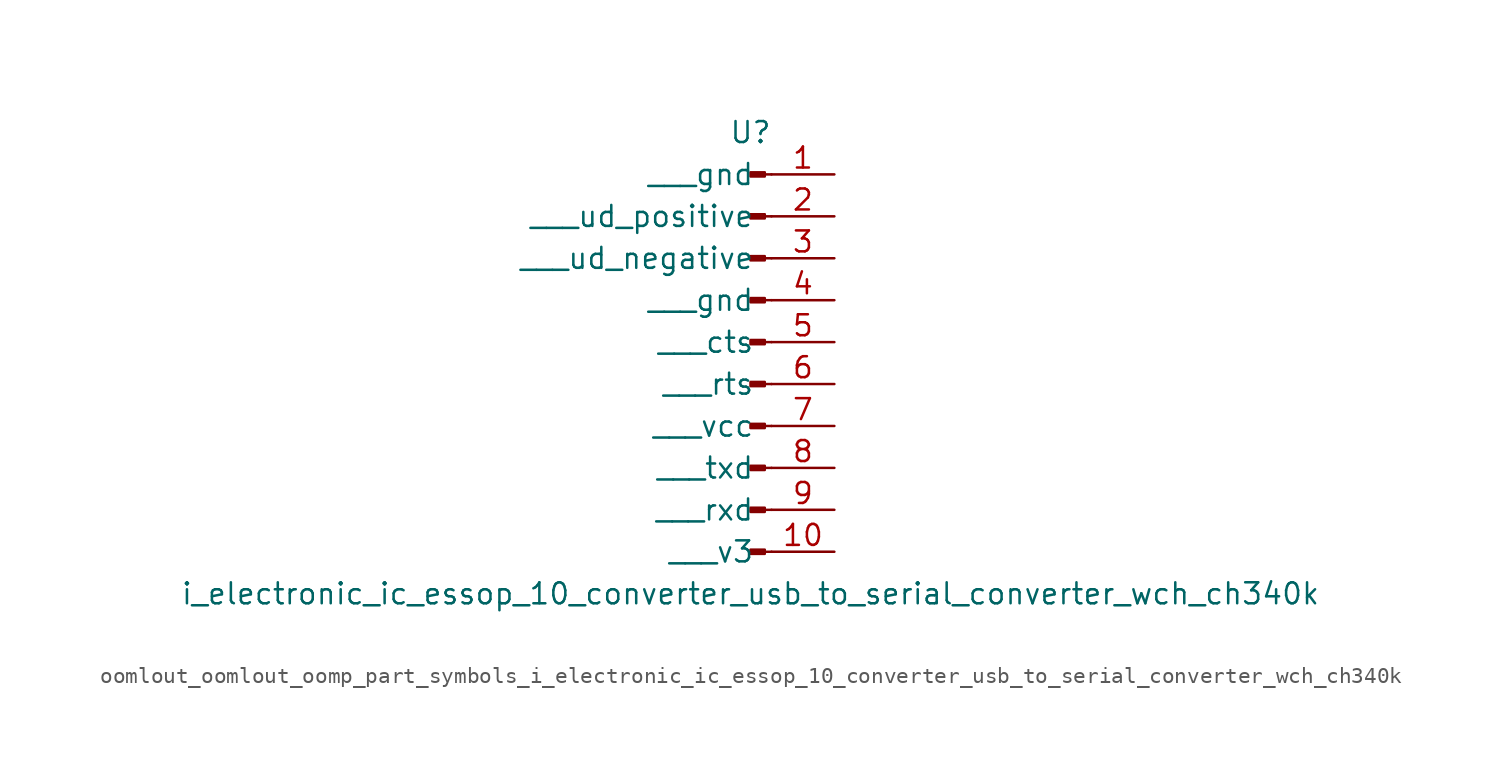
<source format=kicad_sym>
(kicad_symbol_lib
  (version 20220914)
  (generator kicad_symbol_editor)
  (symbol "oomlout_oomlout_oomp_part_symbols_i_electronic_ic_essop_10_converter_usb_to_serial_converter_wch_ch340k"
    (pin_names
      (offset 1.016))
    (property "Reference" "U"
      (at 0 12.7 0)
      (effects (font (size 1.27 1.27))))
    (property "Value" "i_electronic_ic_essop_10_converter_usb_to_serial_converter_wch_ch340k"
      (at 0 -15.24 0)
      (effects (font (size 1.27 1.27))))
    (property "ki_locked" ""
      (at 0 0 0)
      (effects (font (size 1.27 1.27))))
    (symbol "oomlout_oomlout_oomp_part_symbols_i_electronic_ic_essop_10_converter_usb_to_serial_converter_wch_ch340k_1_1"
      (polyline (pts (xy 1.27 -12.7) (xy 0.864 -12.7)) (stroke (width 0.152) (type default)) (fill (type none)))
      (polyline (pts (xy 1.27 -10.16) (xy 0.864 -10.16)) (stroke (width 0.152) (type default)) (fill (type none)))
      (polyline (pts (xy 1.27 -7.62) (xy 0.864 -7.62)) (stroke (width 0.152) (type default)) (fill (type none)))
      (polyline (pts (xy 1.27 -5.08) (xy 0.864 -5.08)) (stroke (width 0.152) (type default)) (fill (type none)))
      (polyline (pts (xy 1.27 -2.54) (xy 0.864 -2.54)) (stroke (width 0.152) (type default)) (fill (type none)))
      (polyline (pts (xy 1.27 0) (xy 0.864 0)) (stroke (width 0.152) (type default)) (fill (type none)))
      (polyline (pts (xy 1.27 2.54) (xy 0.864 2.54)) (stroke (width 0.152) (type default)) (fill (type none)))
      (polyline (pts (xy 1.27 5.08) (xy 0.864 5.08)) (stroke (width 0.152) (type default)) (fill (type none)))
      (polyline (pts (xy 1.27 7.62) (xy 0.864 7.62)) (stroke (width 0.152) (type default)) (fill (type none)))
      (polyline (pts (xy 1.27 10.16) (xy 0.864 10.16)) (stroke (width 0.152) (type default)) (fill (type none)))
      (rectangle (start 0.864 -12.573) (end 0 -12.827) (stroke (width 0.152) (type default)) (fill (type outline)))
      (rectangle (start 0.864 -10.033) (end 0 -10.287) (stroke (width 0.152) (type default)) (fill (type outline)))
      (rectangle (start 0.864 -7.493) (end 0 -7.747) (stroke (width 0.152) (type default)) (fill (type outline)))
      (rectangle (start 0.864 -4.953) (end 0 -5.207) (stroke (width 0.152) (type default)) (fill (type outline)))
      (rectangle (start 0.864 -2.413) (end 0 -2.667) (stroke (width 0.152) (type default)) (fill (type outline)))
      (rectangle (start 0.864 0.127) (end 0 -0.127) (stroke (width 0.152) (type default)) (fill (type outline)))
      (rectangle (start 0.864 2.667) (end 0 2.413) (stroke (width 0.152) (type default)) (fill (type outline)))
      (rectangle (start 0.864 5.207) (end 0 4.953) (stroke (width 0.152) (type default)) (fill (type outline)))
      (rectangle (start 0.864 7.747) (end 0 7.493) (stroke (width 0.152) (type default)) (fill (type outline)))
      (rectangle (start 0.864 10.287) (end 0 10.033) (stroke (width 0.152) (type default)) (fill (type outline)))
      (pin passive line (at 5.08 10.16 180) (length 3.81) (name "   gnd" (effects (font (size 1.27 1.27)))) (number "1" (effects (font (size 1.27 1.27)))))
      (pin passive line (at 5.08 -12.7 180) (length 3.81) (name "   v3" (effects (font (size 1.27 1.27)))) (number "10" (effects (font (size 1.27 1.27)))))
      (pin passive line (at 5.08 7.62 180) (length 3.81) (name "   ud_positive" (effects (font (size 1.27 1.27)))) (number "2" (effects (font (size 1.27 1.27)))))
      (pin passive line (at 5.08 5.08 180) (length 3.81) (name "   ud_negative" (effects (font (size 1.27 1.27)))) (number "3" (effects (font (size 1.27 1.27)))))
      (pin passive line (at 5.08 2.54 180) (length 3.81) (name "   gnd" (effects (font (size 1.27 1.27)))) (number "4" (effects (font (size 1.27 1.27)))))
      (pin passive line (at 5.08 0 180) (length 3.81) (name "   cts" (effects (font (size 1.27 1.27)))) (number "5" (effects (font (size 1.27 1.27)))))
      (pin passive line (at 5.08 -2.54 180) (length 3.81) (name "   rts" (effects (font (size 1.27 1.27)))) (number "6" (effects (font (size 1.27 1.27)))))
      (pin passive line (at 5.08 -5.08 180) (length 3.81) (name "   vcc" (effects (font (size 1.27 1.27)))) (number "7" (effects (font (size 1.27 1.27)))))
      (pin passive line (at 5.08 -7.62 180) (length 3.81) (name "   txd" (effects (font (size 1.27 1.27)))) (number "8" (effects (font (size 1.27 1.27)))))
      (pin passive line (at 5.08 -10.16 180) (length 3.81) (name "   rxd" (effects (font (size 1.27 1.27)))) (number "9" (effects (font (size 1.27 1.27))))))))
</source>
